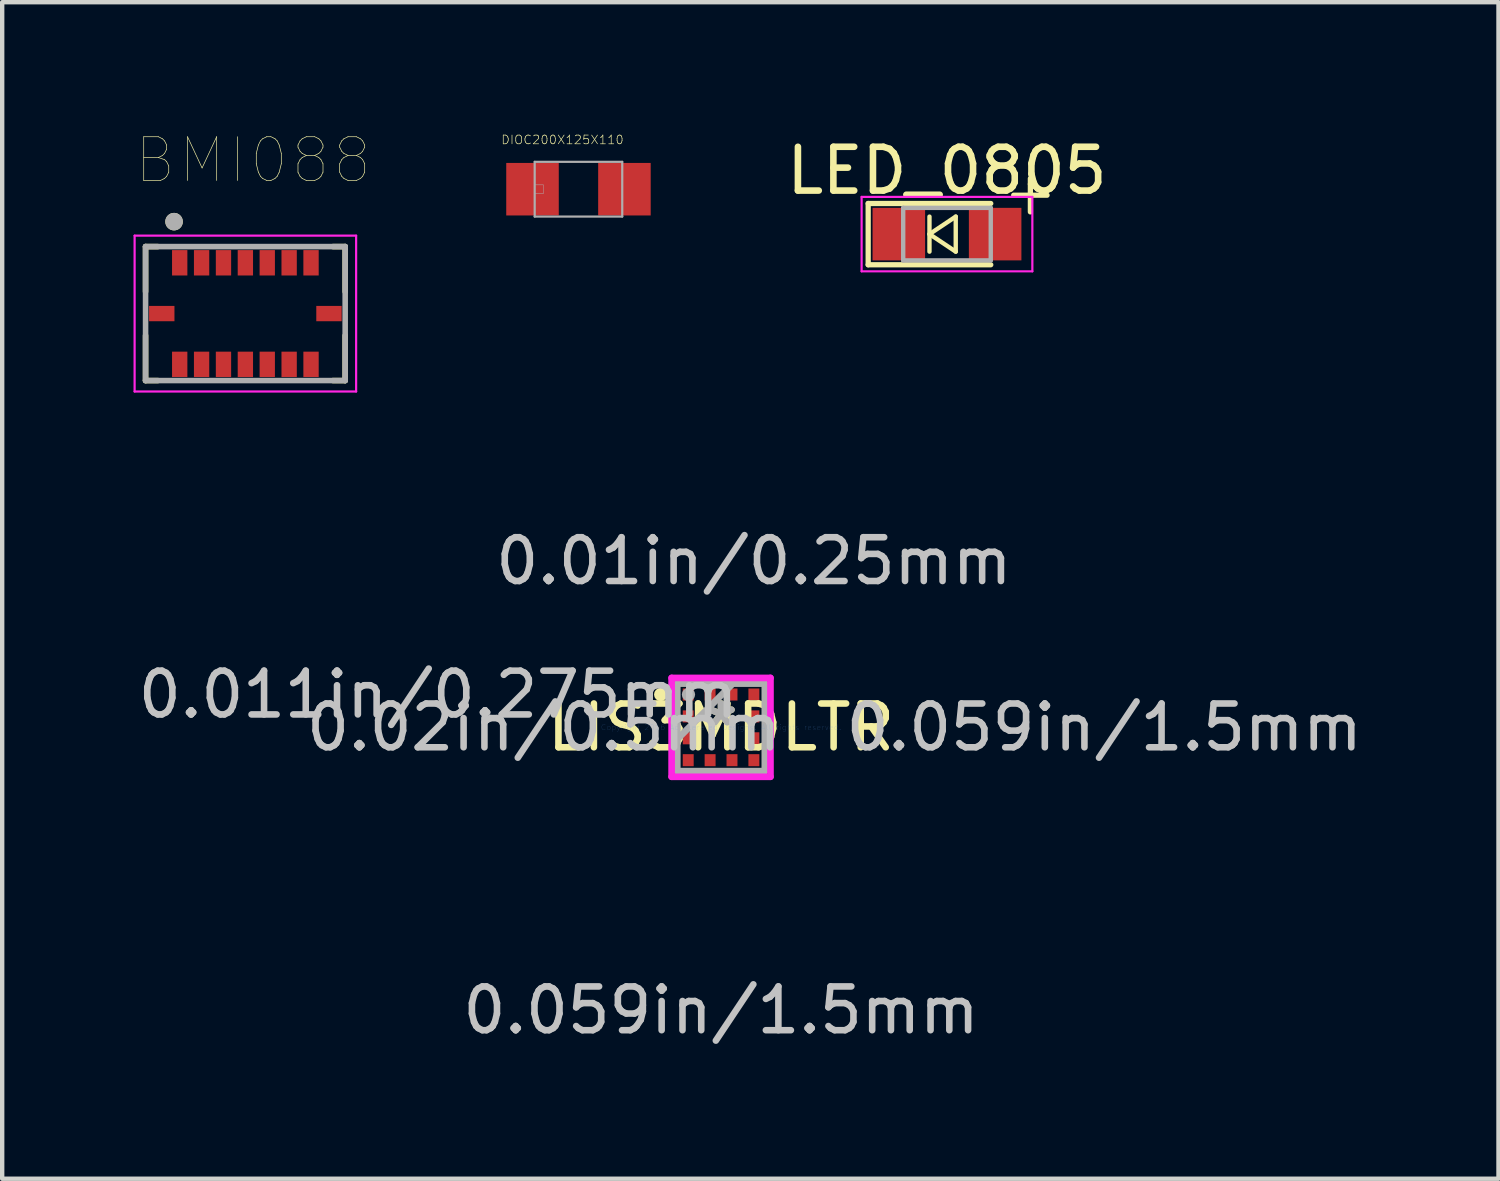
<source format=kicad_pcb>
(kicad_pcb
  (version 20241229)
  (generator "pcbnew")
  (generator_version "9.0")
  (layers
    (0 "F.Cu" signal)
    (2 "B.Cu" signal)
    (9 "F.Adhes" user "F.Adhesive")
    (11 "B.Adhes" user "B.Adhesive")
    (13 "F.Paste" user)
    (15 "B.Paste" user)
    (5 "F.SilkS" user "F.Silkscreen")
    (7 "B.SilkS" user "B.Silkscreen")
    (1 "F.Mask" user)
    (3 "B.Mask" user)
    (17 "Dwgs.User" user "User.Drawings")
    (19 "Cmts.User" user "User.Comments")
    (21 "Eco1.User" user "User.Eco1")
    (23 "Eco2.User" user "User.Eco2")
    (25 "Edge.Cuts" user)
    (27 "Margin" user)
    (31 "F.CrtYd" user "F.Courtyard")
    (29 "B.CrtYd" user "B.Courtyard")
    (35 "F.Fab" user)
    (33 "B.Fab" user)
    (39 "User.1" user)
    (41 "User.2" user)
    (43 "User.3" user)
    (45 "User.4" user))
  (footprint "DIOC200X125X110"
    (layer "F.Cu")
    (at 10.164 1.272)
    (property "Reference" "DIOC200X125X110" (at -0.366 -1.129 0) (layer "F.SilkS") (effects (font (size 0.2 0.2) (thickness 0.015))))
    (attr through_hole)
    (fp_line (start -1 -0.625) (end -1 0.625) (stroke (width 0.05) (type solid)) (layer "F.Fab"))
    (fp_line (start -1 0.625) (end 1 0.625) (stroke (width 0.05) (type solid)) (layer "F.Fab"))
    (fp_line (start 1 -0.625) (end -1 -0.625) (stroke (width 0.05) (type solid)) (layer "F.Fab"))
    (fp_line (start 1 0.625) (end 1 -0.625) (stroke (width 0.05) (type solid)) (layer "F.Fab"))
    (fp_poly (pts (xy -1.002 -0.1) (xy -0.8 -0.1) (xy -0.8 0.1) (xy -1.002 0.1)) (stroke (width 0.01) (type solid)) (fill no) (layer "F.Fab"))
    (pad "+" smd rect (at 1.05 0) (size 1.2 1.2) (layers "F.Cu" "F.Mask" "F.Paste"))
    (pad "-" smd rect (at -1.05 0) (size 1.2 1.2) (layers "F.Cu" "F.Mask" "F.Paste")))
  (footprint "LIS3MDLTR"
    (layer "F.Cu")
    (at 13.421 13.565)
    (property "Reference" "LIS3MDLTR" (at 0 0 0) (layer "F.SilkS") (effects (font (size 1 1) (thickness 0.15))))
    (attr through_hole)
    (fp_circle (center -1.379 -0.75) (end -1.303 -0.75) (stroke (width 0.152) (type solid)) (fill no) (layer "F.SilkS"))
    (fp_line (start -1.129 -1.129) (end 1.129 -1.129) (stroke (width 0.152) (type solid)) (layer "F.CrtYd"))
    (fp_line (start -1.129 1.129) (end -1.129 -1.129) (stroke (width 0.152) (type solid)) (layer "F.CrtYd"))
    (fp_line (start 1.129 -1.129) (end 1.129 1.129) (stroke (width 0.152) (type solid)) (layer "F.CrtYd"))
    (fp_line (start 1.129 1.129) (end -1.129 1.129) (stroke (width 0.152) (type solid)) (layer "F.CrtYd"))
    (fp_line (start -1 -1) (end -1 1) (stroke (width 0.152) (type solid)) (layer "F.Fab"))
    (fp_line (start -1 0.27) (end 0.27 -1) (stroke (width 0.152) (type solid)) (layer "F.Fab"))
    (fp_line (start -1 1) (end 1 1) (stroke (width 0.152) (type solid)) (layer "F.Fab"))
    (fp_line (start 1 -1) (end -1 -1) (stroke (width 0.152) (type solid)) (layer "F.Fab"))
    (fp_line (start 1 1) (end 1 -1) (stroke (width 0.152) (type solid)) (layer "F.Fab"))
    (fp_circle (center -0.744 -0.75) (end -0.668 -0.75) (stroke (width 0.152) (type solid)) (fill no) (layer "F.Fab"))
    (fp_text user "*" (at 0 0 0) (layer "F.SilkS") (effects (font (size 1 1) (thickness 0.15))))
    (fp_text user "0.011in/0.275mm" (at -6.463 -0.75 0) (layer "Dwgs.User") (effects (font (size 1 1) (thickness 0.15))))
    (fp_text user "0.059in/1.5mm" (at 8.753 0 0) (layer "Dwgs.User") (effects (font (size 1 1) (thickness 0.15))))
    (fp_text user "0.02in/0.5mm" (at -4.048 0 0) (layer "Dwgs.User") (effects (font (size 1 1) (thickness 0.15))))
    (fp_text user "0.01in/0.25mm" (at 0.75 -3.798 0) (layer "Dwgs.User") (effects (font (size 1 1) (thickness 0.15))))
    (fp_text user "0.059in/1.5mm" (at 0 6.463 0) (layer "Dwgs.User") (effects (font (size 1 1) (thickness 0.15))))
    (fp_text user "Copyright 2016 Accelerated Designs. All rights reserved." (at 0 0 0) (layer "Cmts.User") (effects (font (size 0.127 0.127) (thickness 0.002))))
    (fp_text user "*" (at 0 0 0) (layer "F.Fab") (effects (font (size 1 1) (thickness 0.15))))
    (pad "1" smd rect (at -0.75 -0.75) (size 0.25 0.275) (layers "F.Cu" "F.Mask" "F.Paste"))
    (pad "2" smd rect (at -0.75 -0.25) (size 0.25 0.275) (layers "F.Cu" "F.Mask" "F.Paste"))
    (pad "3" smd rect (at -0.75 0.25) (size 0.25 0.275) (layers "F.Cu" "F.Mask" "F.Paste"))
    (pad "4" smd rect (at -0.75 0.75) (size 0.25 0.275) (layers "F.Cu" "F.Mask" "F.Paste"))
    (pad "5" smd rect (at -0.25 0.75 90) (size 0.275 0.25) (layers "F.Cu" "F.Mask" "F.Paste"))
    (pad "6" smd rect (at 0.25 0.75 90) (size 0.275 0.25) (layers "F.Cu" "F.Mask" "F.Paste"))
    (pad "7" smd rect (at 0.75 0.75) (size 0.25 0.275) (layers "F.Cu" "F.Mask" "F.Paste"))
    (pad "8" smd rect (at 0.75 0.25) (size 0.25 0.275) (layers "F.Cu" "F.Mask" "F.Paste"))
    (pad "9" smd rect (at 0.75 -0.25) (size 0.25 0.275) (layers "F.Cu" "F.Mask" "F.Paste"))
    (pad "10" smd rect (at 0.75 -0.75) (size 0.25 0.275) (layers "F.Cu" "F.Mask" "F.Paste"))
    (pad "11" smd rect (at 0.25 -0.75 90) (size 0.275 0.25) (layers "F.Cu" "F.Mask" "F.Paste"))
    (pad "12" smd rect (at -0.25 -0.75 90) (size 0.275 0.25) (layers "F.Cu" "F.Mask" "F.Paste")))
  (footprint "BMI088"
    (layer "F.Cu")
    (at 2.555 4.113)
    (property "Reference" "BMI088" (at 0.178 -3.502 0) (layer "F.SilkS") (effects (font (size 1 1) (thickness 0.015))))
    (attr through_hole)
    (fp_line (start -2.28 -1.53) (end -2 -1.53) (stroke (width 0.127) (type solid)) (layer "F.SilkS"))
    (fp_line (start -2.28 -0.5) (end -2.28 -1.53) (stroke (width 0.127) (type solid)) (layer "F.SilkS"))
    (fp_line (start -2.28 1.53) (end -2.28 0.5) (stroke (width 0.127) (type solid)) (layer "F.SilkS"))
    (fp_line (start -2 1.53) (end -2.28 1.53) (stroke (width 0.127) (type solid)) (layer "F.SilkS"))
    (fp_line (start 2.28 -1.53) (end 2 -1.53) (stroke (width 0.127) (type solid)) (layer "F.SilkS"))
    (fp_line (start 2.28 -0.5) (end 2.28 -1.53) (stroke (width 0.127) (type solid)) (layer "F.SilkS"))
    (fp_line (start 2.28 0.5) (end 2.28 1.53) (stroke (width 0.127) (type solid)) (layer "F.SilkS"))
    (fp_line (start 2.28 1.53) (end 2 1.53) (stroke (width 0.127) (type solid)) (layer "F.SilkS"))
    (fp_circle (center -1.629 -2.1) (end -1.529 -2.1) (stroke (width 0.2) (type solid)) (fill no) (layer "F.SilkS"))
    (fp_line (start -2.53 -1.78) (end 2.53 -1.78) (stroke (width 0.05) (type solid)) (layer "F.CrtYd"))
    (fp_line (start -2.53 1.78) (end -2.53 -1.78) (stroke (width 0.05) (type solid)) (layer "F.CrtYd"))
    (fp_line (start 2.53 -1.78) (end 2.53 1.78) (stroke (width 0.05) (type solid)) (layer "F.CrtYd"))
    (fp_line (start 2.53 1.78) (end -2.53 1.78) (stroke (width 0.05) (type solid)) (layer "F.CrtYd"))
    (fp_line (start -2.28 -1.53) (end 2.28 -1.53) (stroke (width 0.127) (type solid)) (layer "F.Fab"))
    (fp_line (start -2.28 1.53) (end -2.28 -1.53) (stroke (width 0.127) (type solid)) (layer "F.Fab"))
    (fp_line (start 2.28 -1.53) (end 2.28 1.53) (stroke (width 0.127) (type solid)) (layer "F.Fab"))
    (fp_line (start 2.28 1.53) (end -2.28 1.53) (stroke (width 0.127) (type solid)) (layer "F.Fab"))
    (fp_circle (center -1.629 -2.1) (end -1.529 -2.1) (stroke (width 0.2) (type solid)) (fill no) (layer "F.Fab"))
    (pad "1" smd rect (at -1.5 -1.16) (size 0.35 0.58) (layers "F.Cu" "F.Mask" "F.Paste"))
    (pad "2" smd rect (at -1 -1.16) (size 0.35 0.58) (layers "F.Cu" "F.Mask" "F.Paste"))
    (pad "3" smd rect (at -0.5 -1.16) (size 0.35 0.58) (layers "F.Cu" "F.Mask" "F.Paste"))
    (pad "4" smd rect (at 0 -1.16) (size 0.35 0.58) (layers "F.Cu" "F.Mask" "F.Paste"))
    (pad "5" smd rect (at 0.5 -1.16) (size 0.35 0.58) (layers "F.Cu" "F.Mask" "F.Paste"))
    (pad "6" smd rect (at 1 -1.16) (size 0.35 0.58) (layers "F.Cu" "F.Mask" "F.Paste"))
    (pad "7" smd rect (at 1.5 -1.16) (size 0.35 0.58) (layers "F.Cu" "F.Mask" "F.Paste"))
    (pad "8" smd rect (at 1.91 0) (size 0.58 0.35) (layers "F.Cu" "F.Mask" "F.Paste"))
    (pad "9" smd rect (at 1.5 1.16) (size 0.35 0.58) (layers "F.Cu" "F.Mask" "F.Paste"))
    (pad "10" smd rect (at 1 1.16) (size 0.35 0.58) (layers "F.Cu" "F.Mask" "F.Paste"))
    (pad "11" smd rect (at 0.5 1.16) (size 0.35 0.58) (layers "F.Cu" "F.Mask" "F.Paste"))
    (pad "12" smd rect (at 0 1.16) (size 0.35 0.58) (layers "F.Cu" "F.Mask" "F.Paste"))
    (pad "13" smd rect (at -0.5 1.16) (size 0.35 0.58) (layers "F.Cu" "F.Mask" "F.Paste"))
    (pad "14" smd rect (at -1 1.16) (size 0.35 0.58) (layers "F.Cu" "F.Mask" "F.Paste"))
    (pad "15" smd rect (at -1.5 1.16) (size 0.35 0.58) (layers "F.Cu" "F.Mask" "F.Paste"))
    (pad "16" smd rect (at -1.91 0) (size 0.58 0.35) (layers "F.Cu" "F.Mask" "F.Paste")))
  (footprint "LED_0805"
    (layer "F.Cu")
    (at 18.582 2.298)
    (property "Reference" "LED_0805" (at 0 -1.45 0) (layer "F.SilkS") (effects (font (size 1 1) (thickness 0.15))))
    (attr smd)
    (fp_line (start -1.8 -0.7) (end -1.8 0.7) (stroke (width 0.12) (type solid)) (layer "F.SilkS"))
    (fp_line (start -1.8 -0.7) (end 1 -0.7) (stroke (width 0.12) (type solid)) (layer "F.SilkS"))
    (fp_line (start -1.8 0.7) (end 1 0.7) (stroke (width 0.12) (type solid)) (layer "F.SilkS"))
    (fp_line (start -0.4 -0.4) (end -0.4 0.4) (stroke (width 0.1) (type solid)) (layer "F.SilkS"))
    (fp_line (start -0.4 0) (end 0.2 -0.4) (stroke (width 0.1) (type solid)) (layer "F.SilkS"))
    (fp_line (start 0.2 -0.4) (end 0.2 0.4) (stroke (width 0.1) (type solid)) (layer "F.SilkS"))
    (fp_line (start 0.2 0.4) (end -0.4 0) (stroke (width 0.1) (type solid)) (layer "F.SilkS"))
    (fp_line (start 1.524 -0.889) (end 2.286 -0.889) (stroke (width 0.12) (type solid)) (layer "F.SilkS"))
    (fp_line (start 1.905 -1.143) (end 1.905 -1.27) (stroke (width 0.12) (type solid)) (layer "F.SilkS"))
    (fp_line (start 1.905 -1.143) (end 1.905 -0.508) (stroke (width 0.12) (type solid)) (layer "F.SilkS"))
    (fp_line (start -1.95 -0.85) (end 1.95 -0.85) (stroke (width 0.05) (type solid)) (layer "F.CrtYd"))
    (fp_line (start -1.95 0.85) (end -1.95 -0.85) (stroke (width 0.05) (type solid)) (layer "F.CrtYd"))
    (fp_line (start 1.95 -0.85) (end 1.95 0.85) (stroke (width 0.05) (type solid)) (layer "F.CrtYd"))
    (fp_line (start 1.95 0.85) (end -1.95 0.85) (stroke (width 0.05) (type solid)) (layer "F.CrtYd"))
    (fp_line (start -1 -0.6) (end 1 -0.6) (stroke (width 0.1) (type solid)) (layer "F.Fab"))
    (fp_line (start -1 0.6) (end -1 -0.6) (stroke (width 0.1) (type solid)) (layer "F.Fab"))
    (fp_line (start 1 -0.6) (end 1 0.6) (stroke (width 0.1) (type solid)) (layer "F.Fab"))
    (fp_line (start 1 0.6) (end -1 0.6) (stroke (width 0.1) (type solid)) (layer "F.Fab"))
    (pad "1" smd rect (at -1.1 0 180) (size 1.2 1.2) (layers "F.Cu" "F.Mask" "F.Paste"))
    (pad "2" smd rect (at 1.1 0 180) (size 1.2 1.2) (layers "F.Cu" "F.Mask" "F.Paste")))
  (gr_rect
    (start -3 -3)
    (end 31.18 23.876)
    (stroke (width 0.1) (type default))
    (fill no)
    (layer "Edge.Cuts")))
</source>
